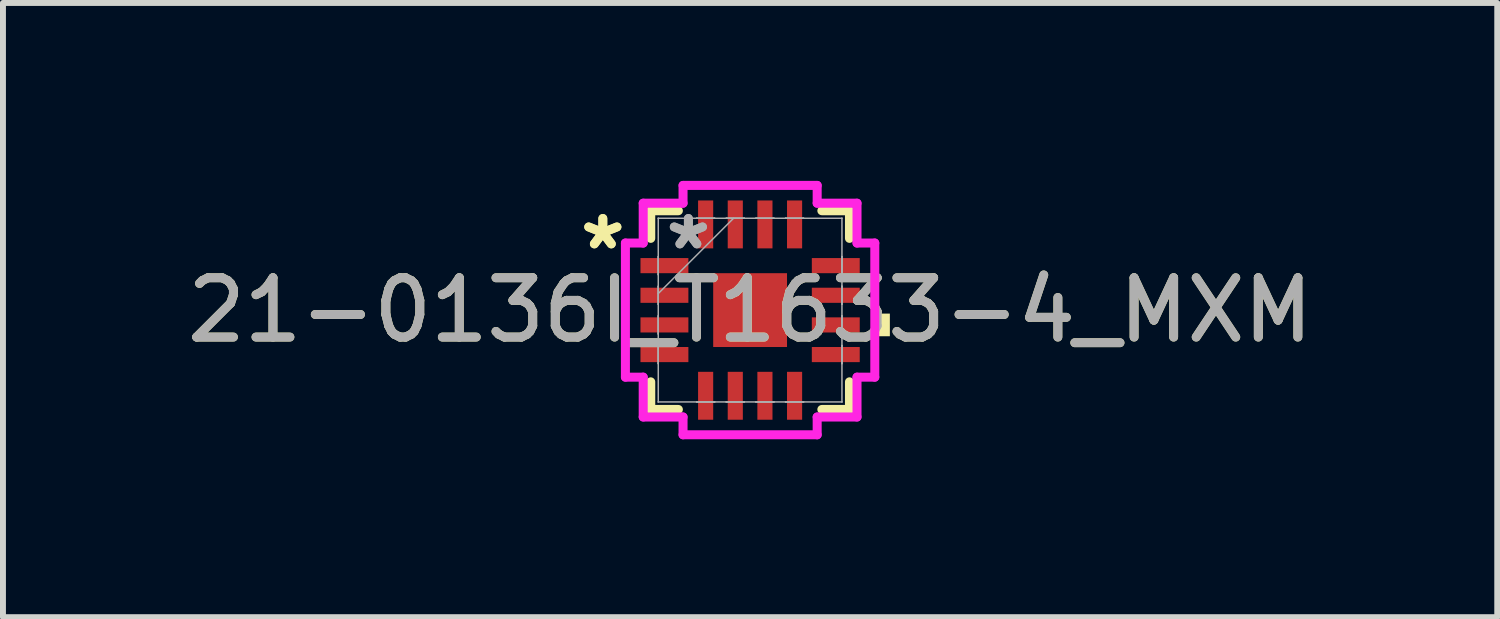
<source format=kicad_pcb>
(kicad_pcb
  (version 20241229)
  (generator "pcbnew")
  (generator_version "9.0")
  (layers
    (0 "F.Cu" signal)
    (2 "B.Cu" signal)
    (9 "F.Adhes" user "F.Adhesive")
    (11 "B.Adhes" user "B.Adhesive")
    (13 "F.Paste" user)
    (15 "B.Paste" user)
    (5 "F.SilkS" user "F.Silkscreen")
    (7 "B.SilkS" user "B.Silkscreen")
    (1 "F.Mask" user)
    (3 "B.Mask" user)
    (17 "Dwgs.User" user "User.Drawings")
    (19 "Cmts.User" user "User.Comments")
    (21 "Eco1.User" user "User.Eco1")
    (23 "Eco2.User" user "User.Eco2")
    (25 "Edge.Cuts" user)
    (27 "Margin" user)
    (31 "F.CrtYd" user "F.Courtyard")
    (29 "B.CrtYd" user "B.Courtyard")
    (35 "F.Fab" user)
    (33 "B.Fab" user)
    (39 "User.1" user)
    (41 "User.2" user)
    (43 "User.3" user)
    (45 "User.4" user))
  (footprint "21-0136I_T1633-4_MXM"
    (layer "F.Cu")
    (at 9.601 2.18)
    (property "Reference" "21-0136I_T1633-4_MXM" (at 0 0 0) (unlocked yes) (layer "F.SilkS") (effects (font (size 1 1) (thickness 0.15))))
    (attr smd)
    (fp_line (start -1.676 -1.676) (end -1.676 -1.21) (stroke (width 0.152) (type solid)) (layer "F.SilkS"))
    (fp_line (start -1.676 1.21) (end -1.676 1.676) (stroke (width 0.152) (type solid)) (layer "F.SilkS"))
    (fp_line (start -1.676 1.676) (end -1.21 1.676) (stroke (width 0.152) (type solid)) (layer "F.SilkS"))
    (fp_line (start -1.21 -1.676) (end -1.676 -1.676) (stroke (width 0.152) (type solid)) (layer "F.SilkS"))
    (fp_line (start 1.21 1.676) (end 1.676 1.676) (stroke (width 0.152) (type solid)) (layer "F.SilkS"))
    (fp_line (start 1.676 -1.676) (end 1.21 -1.676) (stroke (width 0.152) (type solid)) (layer "F.SilkS"))
    (fp_line (start 1.676 -1.21) (end 1.676 -1.676) (stroke (width 0.152) (type solid)) (layer "F.SilkS"))
    (fp_line (start 1.676 1.676) (end 1.676 1.21) (stroke (width 0.152) (type solid)) (layer "F.SilkS"))
    (fp_poly (pts (xy 2.357 0.059) (xy 2.357 0.441) (xy 2.103 0.441) (xy 2.103 0.059)) (stroke (width 0) (type solid)) (fill yes) (layer "F.SilkS"))
    (fp_line (start -2.103 -1.131) (end -1.803 -1.131) (stroke (width 0.152) (type solid)) (layer "F.CrtYd"))
    (fp_line (start -2.103 1.131) (end -2.103 -1.131) (stroke (width 0.152) (type solid)) (layer "F.CrtYd"))
    (fp_line (start -1.803 -1.803) (end -1.131 -1.803) (stroke (width 0.152) (type solid)) (layer "F.CrtYd"))
    (fp_line (start -1.803 -1.131) (end -1.803 -1.803) (stroke (width 0.152) (type solid)) (layer "F.CrtYd"))
    (fp_line (start -1.803 1.131) (end -2.103 1.131) (stroke (width 0.152) (type solid)) (layer "F.CrtYd"))
    (fp_line (start -1.803 1.803) (end -1.803 1.131) (stroke (width 0.152) (type solid)) (layer "F.CrtYd"))
    (fp_line (start -1.131 -2.103) (end 1.131 -2.103) (stroke (width 0.152) (type solid)) (layer "F.CrtYd"))
    (fp_line (start -1.131 -1.803) (end -1.131 -2.103) (stroke (width 0.152) (type solid)) (layer "F.CrtYd"))
    (fp_line (start -1.131 1.803) (end -1.803 1.803) (stroke (width 0.152) (type solid)) (layer "F.CrtYd"))
    (fp_line (start -1.131 2.103) (end -1.131 1.803) (stroke (width 0.152) (type solid)) (layer "F.CrtYd"))
    (fp_line (start 1.131 -2.103) (end 1.131 -1.803) (stroke (width 0.152) (type solid)) (layer "F.CrtYd"))
    (fp_line (start 1.131 -1.803) (end 1.803 -1.803) (stroke (width 0.152) (type solid)) (layer "F.CrtYd"))
    (fp_line (start 1.131 1.803) (end 1.131 2.103) (stroke (width 0.152) (type solid)) (layer "F.CrtYd"))
    (fp_line (start 1.131 2.103) (end -1.131 2.103) (stroke (width 0.152) (type solid)) (layer "F.CrtYd"))
    (fp_line (start 1.803 -1.803) (end 1.803 -1.131) (stroke (width 0.152) (type solid)) (layer "F.CrtYd"))
    (fp_line (start 1.803 -1.131) (end 2.103 -1.131) (stroke (width 0.152) (type solid)) (layer "F.CrtYd"))
    (fp_line (start 1.803 1.131) (end 1.803 1.803) (stroke (width 0.152) (type solid)) (layer "F.CrtYd"))
    (fp_line (start 1.803 1.803) (end 1.131 1.803) (stroke (width 0.152) (type solid)) (layer "F.CrtYd"))
    (fp_line (start 2.103 -1.131) (end 2.103 1.131) (stroke (width 0.152) (type solid)) (layer "F.CrtYd"))
    (fp_line (start 2.103 1.131) (end 1.803 1.131) (stroke (width 0.152) (type solid)) (layer "F.CrtYd"))
    (fp_line (start -1.549 -1.549) (end -1.549 -1.549) (stroke (width 0.025) (type solid)) (layer "F.Fab"))
    (fp_line (start -1.549 -1.549) (end -1.549 1.549) (stroke (width 0.025) (type solid)) (layer "F.Fab"))
    (fp_line (start -1.549 -0.902) (end -1.549 -0.902) (stroke (width 0.025) (type solid)) (layer "F.Fab"))
    (fp_line (start -1.549 -0.902) (end -1.549 -0.598) (stroke (width 0.025) (type solid)) (layer "F.Fab"))
    (fp_line (start -1.549 -0.598) (end -1.549 -0.902) (stroke (width 0.025) (type solid)) (layer "F.Fab"))
    (fp_line (start -1.549 -0.598) (end -1.549 -0.598) (stroke (width 0.025) (type solid)) (layer "F.Fab"))
    (fp_line (start -1.549 -0.402) (end -1.549 -0.402) (stroke (width 0.025) (type solid)) (layer "F.Fab"))
    (fp_line (start -1.549 -0.402) (end -1.549 -0.098) (stroke (width 0.025) (type solid)) (layer "F.Fab"))
    (fp_line (start -1.549 -0.279) (end -0.279 -1.549) (stroke (width 0.025) (type solid)) (layer "F.Fab"))
    (fp_line (start -1.549 -0.098) (end -1.549 -0.402) (stroke (width 0.025) (type solid)) (layer "F.Fab"))
    (fp_line (start -1.549 -0.098) (end -1.549 -0.098) (stroke (width 0.025) (type solid)) (layer "F.Fab"))
    (fp_line (start -1.549 0.098) (end -1.549 0.098) (stroke (width 0.025) (type solid)) (layer "F.Fab"))
    (fp_line (start -1.549 0.098) (end -1.549 0.402) (stroke (width 0.025) (type solid)) (layer "F.Fab"))
    (fp_line (start -1.549 0.402) (end -1.549 0.098) (stroke (width 0.025) (type solid)) (layer "F.Fab"))
    (fp_line (start -1.549 0.402) (end -1.549 0.402) (stroke (width 0.025) (type solid)) (layer "F.Fab"))
    (fp_line (start -1.549 0.598) (end -1.549 0.598) (stroke (width 0.025) (type solid)) (layer "F.Fab"))
    (fp_line (start -1.549 0.598) (end -1.549 0.902) (stroke (width 0.025) (type solid)) (layer "F.Fab"))
    (fp_line (start -1.549 0.902) (end -1.549 0.598) (stroke (width 0.025) (type solid)) (layer "F.Fab"))
    (fp_line (start -1.549 0.902) (end -1.549 0.902) (stroke (width 0.025) (type solid)) (layer "F.Fab"))
    (fp_line (start -1.549 1.549) (end -1.549 1.549) (stroke (width 0.025) (type solid)) (layer "F.Fab"))
    (fp_line (start -1.549 1.549) (end 1.549 1.549) (stroke (width 0.025) (type solid)) (layer "F.Fab"))
    (fp_line (start -0.902 -1.549) (end -0.902 -1.549) (stroke (width 0.025) (type solid)) (layer "F.Fab"))
    (fp_line (start -0.902 -1.549) (end -0.598 -1.549) (stroke (width 0.025) (type solid)) (layer "F.Fab"))
    (fp_line (start -0.902 1.549) (end -0.902 1.549) (stroke (width 0.025) (type solid)) (layer "F.Fab"))
    (fp_line (start -0.902 1.549) (end -0.598 1.549) (stroke (width 0.025) (type solid)) (layer "F.Fab"))
    (fp_line (start -0.598 -1.549) (end -0.902 -1.549) (stroke (width 0.025) (type solid)) (layer "F.Fab"))
    (fp_line (start -0.598 -1.549) (end -0.598 -1.549) (stroke (width 0.025) (type solid)) (layer "F.Fab"))
    (fp_line (start -0.598 1.549) (end -0.902 1.549) (stroke (width 0.025) (type solid)) (layer "F.Fab"))
    (fp_line (start -0.598 1.549) (end -0.598 1.549) (stroke (width 0.025) (type solid)) (layer "F.Fab"))
    (fp_line (start -0.402 -1.549) (end -0.402 -1.549) (stroke (width 0.025) (type solid)) (layer "F.Fab"))
    (fp_line (start -0.402 -1.549) (end -0.098 -1.549) (stroke (width 0.025) (type solid)) (layer "F.Fab"))
    (fp_line (start -0.402 1.549) (end -0.402 1.549) (stroke (width 0.025) (type solid)) (layer "F.Fab"))
    (fp_line (start -0.402 1.549) (end -0.098 1.549) (stroke (width 0.025) (type solid)) (layer "F.Fab"))
    (fp_line (start -0.098 -1.549) (end -0.402 -1.549) (stroke (width 0.025) (type solid)) (layer "F.Fab"))
    (fp_line (start -0.098 -1.549) (end -0.098 -1.549) (stroke (width 0.025) (type solid)) (layer "F.Fab"))
    (fp_line (start -0.098 1.549) (end -0.402 1.549) (stroke (width 0.025) (type solid)) (layer "F.Fab"))
    (fp_line (start -0.098 1.549) (end -0.098 1.549) (stroke (width 0.025) (type solid)) (layer "F.Fab"))
    (fp_line (start 0.098 -1.549) (end 0.098 -1.549) (stroke (width 0.025) (type solid)) (layer "F.Fab"))
    (fp_line (start 0.098 -1.549) (end 0.402 -1.549) (stroke (width 0.025) (type solid)) (layer "F.Fab"))
    (fp_line (start 0.098 1.549) (end 0.098 1.549) (stroke (width 0.025) (type solid)) (layer "F.Fab"))
    (fp_line (start 0.098 1.549) (end 0.402 1.549) (stroke (width 0.025) (type solid)) (layer "F.Fab"))
    (fp_line (start 0.402 -1.549) (end 0.098 -1.549) (stroke (width 0.025) (type solid)) (layer "F.Fab"))
    (fp_line (start 0.402 -1.549) (end 0.402 -1.549) (stroke (width 0.025) (type solid)) (layer "F.Fab"))
    (fp_line (start 0.402 1.549) (end 0.098 1.549) (stroke (width 0.025) (type solid)) (layer "F.Fab"))
    (fp_line (start 0.402 1.549) (end 0.402 1.549) (stroke (width 0.025) (type solid)) (layer "F.Fab"))
    (fp_line (start 0.598 -1.549) (end 0.598 -1.549) (stroke (width 0.025) (type solid)) (layer "F.Fab"))
    (fp_line (start 0.598 -1.549) (end 0.902 -1.549) (stroke (width 0.025) (type solid)) (layer "F.Fab"))
    (fp_line (start 0.598 1.549) (end 0.598 1.549) (stroke (width 0.025) (type solid)) (layer "F.Fab"))
    (fp_line (start 0.598 1.549) (end 0.902 1.549) (stroke (width 0.025) (type solid)) (layer "F.Fab"))
    (fp_line (start 0.902 -1.549) (end 0.598 -1.549) (stroke (width 0.025) (type solid)) (layer "F.Fab"))
    (fp_line (start 0.902 -1.549) (end 0.902 -1.549) (stroke (width 0.025) (type solid)) (layer "F.Fab"))
    (fp_line (start 0.902 1.549) (end 0.598 1.549) (stroke (width 0.025) (type solid)) (layer "F.Fab"))
    (fp_line (start 0.902 1.549) (end 0.902 1.549) (stroke (width 0.025) (type solid)) (layer "F.Fab"))
    (fp_line (start 1.549 -1.549) (end -1.549 -1.549) (stroke (width 0.025) (type solid)) (layer "F.Fab"))
    (fp_line (start 1.549 -1.549) (end 1.549 -1.549) (stroke (width 0.025) (type solid)) (layer "F.Fab"))
    (fp_line (start 1.549 -0.902) (end 1.549 -0.902) (stroke (width 0.025) (type solid)) (layer "F.Fab"))
    (fp_line (start 1.549 -0.902) (end 1.549 -0.598) (stroke (width 0.025) (type solid)) (layer "F.Fab"))
    (fp_line (start 1.549 -0.598) (end 1.549 -0.902) (stroke (width 0.025) (type solid)) (layer "F.Fab"))
    (fp_line (start 1.549 -0.598) (end 1.549 -0.598) (stroke (width 0.025) (type solid)) (layer "F.Fab"))
    (fp_line (start 1.549 -0.402) (end 1.549 -0.402) (stroke (width 0.025) (type solid)) (layer "F.Fab"))
    (fp_line (start 1.549 -0.402) (end 1.549 -0.098) (stroke (width 0.025) (type solid)) (layer "F.Fab"))
    (fp_line (start 1.549 -0.098) (end 1.549 -0.402) (stroke (width 0.025) (type solid)) (layer "F.Fab"))
    (fp_line (start 1.549 -0.098) (end 1.549 -0.098) (stroke (width 0.025) (type solid)) (layer "F.Fab"))
    (fp_line (start 1.549 0.098) (end 1.549 0.098) (stroke (width 0.025) (type solid)) (layer "F.Fab"))
    (fp_line (start 1.549 0.098) (end 1.549 0.402) (stroke (width 0.025) (type solid)) (layer "F.Fab"))
    (fp_line (start 1.549 0.402) (end 1.549 0.098) (stroke (width 0.025) (type solid)) (layer "F.Fab"))
    (fp_line (start 1.549 0.402) (end 1.549 0.402) (stroke (width 0.025) (type solid)) (layer "F.Fab"))
    (fp_line (start 1.549 0.598) (end 1.549 0.598) (stroke (width 0.025) (type solid)) (layer "F.Fab"))
    (fp_line (start 1.549 0.598) (end 1.549 0.902) (stroke (width 0.025) (type solid)) (layer "F.Fab"))
    (fp_line (start 1.549 0.902) (end 1.549 0.598) (stroke (width 0.025) (type solid)) (layer "F.Fab"))
    (fp_line (start 1.549 0.902) (end 1.549 0.902) (stroke (width 0.025) (type solid)) (layer "F.Fab"))
    (fp_line (start 1.549 1.549) (end 1.549 -1.549) (stroke (width 0.025) (type solid)) (layer "F.Fab"))
    (fp_line (start 1.549 1.549) (end 1.549 1.549) (stroke (width 0.025) (type solid)) (layer "F.Fab"))
    (fp_text user "*" (at -2.484 -1 0) (layer "F.SilkS") (effects (font (size 1 1) (thickness 0.15))))
    (fp_text user "*" (at -2.484 -1 0) (unlocked yes) (layer "F.SilkS") (effects (font (size 1 1) (thickness 0.15))))
    (fp_text user "*" (at -1.041 -1 0) (layer "F.Fab") (effects (font (size 1 1) (thickness 0.15))))
    (fp_text user "*" (at -1.041 -1 0) (unlocked yes) (layer "F.Fab") (effects (font (size 1 1) (thickness 0.15))))
    (fp_text user "${REFERENCE}" (at 0 0 0) (unlocked yes) (layer "F.Fab") (effects (font (size 1 1) (thickness 0.15))))
    (pad "1" smd rect (at -1.445 -0.75 90) (size 0.255 0.808) (layers "F.Cu" "F.Mask" "F.Paste"))
    (pad "2" smd rect (at -1.445 -0.25 90) (size 0.255 0.808) (layers "F.Cu" "F.Mask" "F.Paste"))
    (pad "3" smd rect (at -1.445 0.25 90) (size 0.255 0.808) (layers "F.Cu" "F.Mask" "F.Paste"))
    (pad "4" smd rect (at -1.445 0.75 90) (size 0.255 0.808) (layers "F.Cu" "F.Mask" "F.Paste"))
    (pad "5" smd rect (at -0.75 1.445) (size 0.255 0.808) (layers "F.Cu" "F.Mask" "F.Paste"))
    (pad "6" smd rect (at -0.25 1.445) (size 0.255 0.808) (layers "F.Cu" "F.Mask" "F.Paste"))
    (pad "7" smd rect (at 0.25 1.445) (size 0.255 0.808) (layers "F.Cu" "F.Mask" "F.Paste"))
    (pad "8" smd rect (at 0.75 1.445) (size 0.255 0.808) (layers "F.Cu" "F.Mask" "F.Paste"))
    (pad "9" smd rect (at 1.445 0.75 90) (size 0.255 0.808) (layers "F.Cu" "F.Mask" "F.Paste"))
    (pad "10" smd rect (at 1.445 0.25 90) (size 0.255 0.808) (layers "F.Cu" "F.Mask" "F.Paste"))
    (pad "11" smd rect (at 1.445 -0.25 90) (size 0.255 0.808) (layers "F.Cu" "F.Mask" "F.Paste"))
    (pad "12" smd rect (at 1.445 -0.75 90) (size 0.255 0.808) (layers "F.Cu" "F.Mask" "F.Paste"))
    (pad "13" smd rect (at 0.75 -1.445) (size 0.255 0.808) (layers "F.Cu" "F.Mask" "F.Paste"))
    (pad "14" smd rect (at 0.25 -1.445) (size 0.255 0.808) (layers "F.Cu" "F.Mask" "F.Paste"))
    (pad "15" smd rect (at -0.25 -1.445) (size 0.255 0.808) (layers "F.Cu" "F.Mask" "F.Paste"))
    (pad "16" smd rect (at -0.75 -1.445) (size 0.255 0.808) (layers "F.Cu" "F.Mask" "F.Paste"))
    (pad "17" smd rect (at 0 0) (size 1.245 1.245) (layers "F.Cu" "F.Mask" "F.Paste")))
  (gr_rect
    (start -3 -3)
    (end 22.202 7.359)
    (stroke (width 0.1) (type default))
    (fill no)
    (layer "Edge.Cuts")))
</source>
